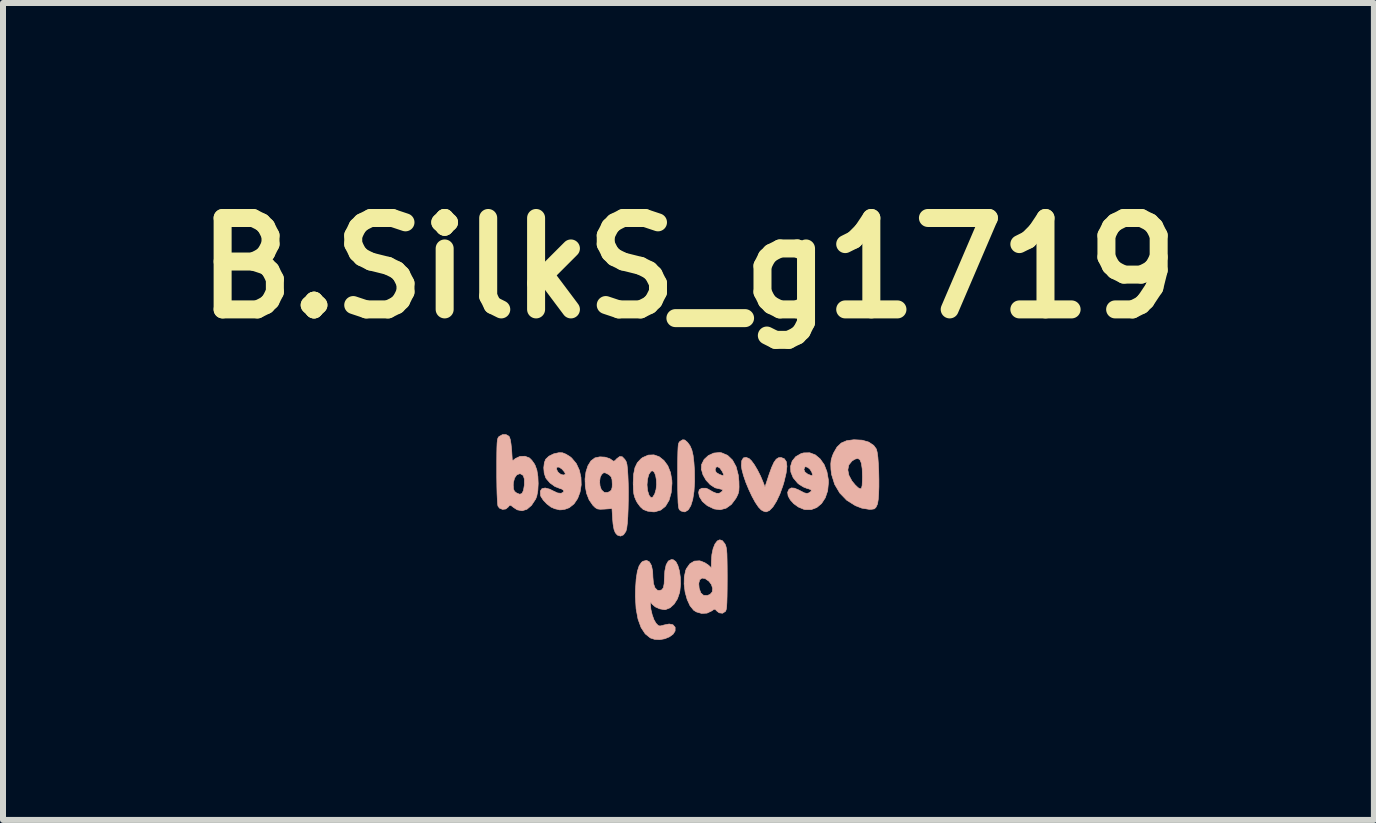
<source format=kicad_pcb>
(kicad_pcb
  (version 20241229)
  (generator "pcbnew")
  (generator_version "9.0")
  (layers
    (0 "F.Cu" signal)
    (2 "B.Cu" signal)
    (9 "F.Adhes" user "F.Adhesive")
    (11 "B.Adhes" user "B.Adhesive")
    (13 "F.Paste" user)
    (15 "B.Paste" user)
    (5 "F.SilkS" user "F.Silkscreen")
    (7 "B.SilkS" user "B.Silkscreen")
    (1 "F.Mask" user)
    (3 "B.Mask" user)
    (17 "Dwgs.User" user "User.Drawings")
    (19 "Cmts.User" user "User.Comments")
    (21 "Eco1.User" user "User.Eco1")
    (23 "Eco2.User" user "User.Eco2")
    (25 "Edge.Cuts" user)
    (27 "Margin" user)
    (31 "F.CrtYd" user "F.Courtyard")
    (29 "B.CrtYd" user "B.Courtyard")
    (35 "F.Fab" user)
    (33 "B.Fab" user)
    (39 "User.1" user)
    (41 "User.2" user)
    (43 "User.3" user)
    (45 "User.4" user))
  (footprint "B.SilkS_g1719"
    (layer "F.Cu")
    (at 8.426 1.418)
    (property "Reference" "B.SilkS_g1719" (at 0 0 0) (layer "F.SilkS") (effects (font (size 1.524 1.524) (thickness 0.3))))
    (attr through_hole)
    (fp_poly (pts (xy -0.062 2.866) (xy -0.022 2.9) (xy -0.013 2.909) (xy 0.026 2.963) (xy 0.056 3.032) (xy 0.077 3.122) (xy 0.091 3.242) (xy 0.1 3.377) (xy 0.102 3.562) (xy 0.092 3.723) (xy 0.071 3.857) (xy 0.039 3.96) (xy -0.003 4.03) (xy -0.054 4.062) (xy -0.071 4.064) (xy -0.123 4.05) (xy -0.151 4.029) (xy -0.16 4.009) (xy -0.167 3.972) (xy -0.173 3.913) (xy -0.176 3.827) (xy -0.179 3.711) (xy -0.18 3.56) (xy -0.18 3.456) (xy -0.18 3.291) (xy -0.179 3.163) (xy -0.177 3.067) (xy -0.174 2.998) (xy -0.17 2.951) (xy -0.163 2.921) (xy -0.154 2.902) (xy -0.142 2.89) (xy -0.139 2.888) (xy -0.096 2.862) (xy -0.062 2.866)) (stroke (width 0.01) (type solid)) (fill yes) (layer "B.SilkS"))
    (fp_poly (pts (xy 1.011 3.176) (xy 1.05 3.213) (xy 1.099 3.28) (xy 1.151 3.368) (xy 1.201 3.467) (xy 1.244 3.569) (xy 1.247 3.577) (xy 1.275 3.651) (xy 1.342 3.446) (xy 1.386 3.324) (xy 1.425 3.239) (xy 1.463 3.186) (xy 1.503 3.161) (xy 1.544 3.158) (xy 1.598 3.179) (xy 1.631 3.228) (xy 1.641 3.306) (xy 1.628 3.416) (xy 1.594 3.56) (xy 1.573 3.63) (xy 1.522 3.771) (xy 1.466 3.889) (xy 1.408 3.981) (xy 1.35 4.041) (xy 1.296 4.064) (xy 1.292 4.064) (xy 1.25 4.052) (xy 1.212 4.031) (xy 1.167 3.984) (xy 1.114 3.906) (xy 1.059 3.805) (xy 1.005 3.69) (xy 0.956 3.572) (xy 0.917 3.458) (xy 0.891 3.359) (xy 0.882 3.294) (xy 0.888 3.211) (xy 0.915 3.165) (xy 0.96 3.156) (xy 1.011 3.176)) (stroke (width 0.01) (type solid)) (fill yes) (layer "B.SilkS"))
    (fp_poly (pts (xy -0.488 3.145) (xy -0.41 3.207) (xy -0.345 3.295) (xy -0.3 3.407) (xy -0.277 3.538) (xy -0.275 3.588) (xy -0.288 3.744) (xy -0.324 3.872) (xy -0.383 3.97) (xy -0.462 4.034) (xy -0.56 4.063) (xy -0.588 4.064) (xy -0.682 4.052) (xy -0.754 4.024) (xy -0.803 3.979) (xy -0.852 3.913) (xy -0.87 3.881) (xy -0.895 3.823) (xy -0.911 3.765) (xy -0.918 3.693) (xy -0.92 3.613) (xy -0.691 3.613) (xy -0.683 3.706) (xy -0.658 3.785) (xy -0.655 3.791) (xy -0.626 3.826) (xy -0.597 3.82) (xy -0.566 3.772) (xy -0.56 3.758) (xy -0.54 3.688) (xy -0.532 3.609) (xy -0.535 3.531) (xy -0.547 3.461) (xy -0.567 3.408) (xy -0.593 3.381) (xy -0.624 3.386) (xy -0.626 3.388) (xy -0.661 3.44) (xy -0.683 3.52) (xy -0.691 3.613) (xy -0.92 3.613) (xy -0.921 3.594) (xy -0.921 3.577) (xy -0.914 3.435) (xy -0.892 3.327) (xy -0.852 3.244) (xy -0.792 3.18) (xy -0.764 3.159) (xy -0.67 3.118) (xy -0.576 3.114) (xy -0.488 3.145)) (stroke (width 0.01) (type solid)) (fill yes) (layer "B.SilkS"))
    (fp_poly (pts (xy 2.894 2.869) (xy 3.005 2.901) (xy 3.088 2.957) (xy 3.131 3.016) (xy 3.145 3.068) (xy 3.157 3.153) (xy 3.165 3.262) (xy 3.171 3.387) (xy 3.174 3.518) (xy 3.174 3.646) (xy 3.17 3.763) (xy 3.163 3.859) (xy 3.152 3.926) (xy 3.147 3.942) (xy 3.124 3.99) (xy 3.098 4.014) (xy 3.054 4.021) (xy 3.012 4.022) (xy 2.889 4.002) (xy 2.783 3.961) (xy 2.638 3.87) (xy 2.522 3.75) (xy 2.437 3.606) (xy 2.386 3.443) (xy 2.376 3.364) (xy 2.656 3.364) (xy 2.674 3.455) (xy 2.725 3.55) (xy 2.778 3.614) (xy 2.828 3.662) (xy 2.862 3.681) (xy 2.884 3.669) (xy 2.895 3.623) (xy 2.899 3.538) (xy 2.9 3.483) (xy 2.896 3.348) (xy 2.882 3.253) (xy 2.858 3.195) (xy 2.822 3.173) (xy 2.773 3.186) (xy 2.724 3.218) (xy 2.673 3.282) (xy 2.656 3.364) (xy 2.376 3.364) (xy 2.375 3.354) (xy 2.372 3.264) (xy 2.379 3.197) (xy 2.398 3.134) (xy 2.418 3.085) (xy 2.476 2.984) (xy 2.546 2.917) (xy 2.636 2.878) (xy 2.755 2.862) (xy 2.762 2.862) (xy 2.894 2.869)) (stroke (width 0.01) (type solid)) (fill yes) (layer "B.SilkS"))
    (fp_poly (pts (xy 2.114 3.114) (xy 2.195 3.182) (xy 2.262 3.277) (xy 2.308 3.395) (xy 2.332 3.531) (xy 2.333 3.577) (xy 2.32 3.713) (xy 2.28 3.83) (xy 2.218 3.925) (xy 2.138 3.992) (xy 2.045 4.027) (xy 1.943 4.026) (xy 1.919 4.02) (xy 1.831 3.983) (xy 1.756 3.929) (xy 1.698 3.865) (xy 1.661 3.799) (xy 1.653 3.737) (xy 1.676 3.687) (xy 1.715 3.665) (xy 1.766 3.669) (xy 1.838 3.699) (xy 1.87 3.716) (xy 1.933 3.748) (xy 1.975 3.757) (xy 2.01 3.747) (xy 2.01 3.747) (xy 2.047 3.719) (xy 2.043 3.696) (xy 1.997 3.678) (xy 1.978 3.674) (xy 1.917 3.65) (xy 1.848 3.608) (xy 1.819 3.584) (xy 1.745 3.495) (xy 1.706 3.399) (xy 1.704 3.357) (xy 1.924 3.357) (xy 1.942 3.401) (xy 1.99 3.437) (xy 1.995 3.439) (xy 2.042 3.456) (xy 2.068 3.462) (xy 2.07 3.462) (xy 2.067 3.44) (xy 2.055 3.401) (xy 2.027 3.356) (xy 1.989 3.323) (xy 1.953 3.311) (xy 1.94 3.317) (xy 1.924 3.357) (xy 1.704 3.357) (xy 1.702 3.304) (xy 1.729 3.217) (xy 1.788 3.144) (xy 1.877 3.093) (xy 1.921 3.081) (xy 2.021 3.079) (xy 2.114 3.114)) (stroke (width 0.01) (type solid)) (fill yes) (layer "B.SilkS"))
    (fp_poly (pts (xy 0.553 3.08) (xy 0.653 3.123) (xy 0.734 3.201) (xy 0.794 3.311) (xy 0.83 3.45) (xy 0.841 3.556) (xy 0.843 3.648) (xy 0.84 3.711) (xy 0.828 3.761) (xy 0.805 3.812) (xy 0.789 3.841) (xy 0.715 3.94) (xy 0.627 4.003) (xy 0.528 4.029) (xy 0.425 4.015) (xy 0.422 4.013) (xy 0.314 3.961) (xy 0.232 3.891) (xy 0.182 3.81) (xy 0.169 3.742) (xy 0.18 3.695) (xy 0.219 3.672) (xy 0.225 3.67) (xy 0.292 3.67) (xy 0.326 3.684) (xy 0.407 3.731) (xy 0.464 3.754) (xy 0.506 3.755) (xy 0.528 3.747) (xy 0.565 3.718) (xy 0.566 3.693) (xy 0.53 3.683) (xy 0.528 3.683) (xy 0.444 3.663) (xy 0.363 3.611) (xy 0.293 3.536) (xy 0.242 3.447) (xy 0.22 3.37) (xy 0.445 3.37) (xy 0.464 3.409) (xy 0.513 3.439) (xy 0.561 3.456) (xy 0.588 3.462) (xy 0.589 3.461) (xy 0.585 3.44) (xy 0.566 3.397) (xy 0.563 3.391) (xy 0.525 3.336) (xy 0.488 3.312) (xy 0.458 3.32) (xy 0.445 3.361) (xy 0.445 3.37) (xy 0.22 3.37) (xy 0.215 3.353) (xy 0.219 3.274) (xy 0.261 3.19) (xy 0.332 3.125) (xy 0.422 3.084) (xy 0.52 3.075) (xy 0.553 3.08)) (stroke (width 0.01) (type solid)) (fill yes) (layer "B.SilkS"))
    (fp_poly (pts (xy -2.101 3.079) (xy -2.043 3.102) (xy -1.976 3.143) (xy -1.947 3.167) (xy -1.87 3.259) (xy -1.819 3.369) (xy -1.792 3.49) (xy -1.788 3.614) (xy -1.807 3.733) (xy -1.847 3.841) (xy -1.908 3.931) (xy -1.988 3.995) (xy -2.056 4.02) (xy -2.111 4.029) (xy -2.147 4.031) (xy -2.148 4.031) (xy -2.183 4.022) (xy -2.228 4.012) (xy -2.292 3.984) (xy -2.36 3.932) (xy -2.42 3.869) (xy -2.46 3.807) (xy -2.466 3.787) (xy -2.469 3.718) (xy -2.442 3.677) (xy -2.389 3.666) (xy -2.315 3.685) (xy -2.257 3.714) (xy -2.182 3.749) (xy -2.124 3.755) (xy -2.121 3.754) (xy -2.082 3.733) (xy -2.08 3.706) (xy -2.114 3.683) (xy -2.141 3.675) (xy -2.225 3.642) (xy -2.307 3.583) (xy -2.37 3.511) (xy -2.381 3.492) (xy -2.405 3.417) (xy -2.411 3.344) (xy -2.202 3.344) (xy -2.183 3.39) (xy -2.166 3.411) (xy -2.128 3.439) (xy -2.087 3.45) (xy -2.058 3.442) (xy -2.053 3.428) (xy -2.067 3.399) (xy -2.101 3.359) (xy -2.106 3.353) (xy -2.156 3.318) (xy -2.19 3.318) (xy -2.202 3.344) (xy -2.411 3.344) (xy -2.412 3.328) (xy -2.402 3.243) (xy -2.38 3.187) (xy -2.326 3.136) (xy -2.247 3.097) (xy -2.161 3.078) (xy -2.101 3.079)) (stroke (width 0.01) (type solid)) (fill yes) (layer "B.SilkS"))
    (fp_poly (pts (xy 0.566 4.545) (xy 0.608 4.598) (xy 0.608 4.598) (xy 0.62 4.625) (xy 0.629 4.658) (xy 0.636 4.703) (xy 0.641 4.766) (xy 0.643 4.853) (xy 0.645 4.968) (xy 0.646 5.119) (xy 0.646 5.177) (xy 0.645 5.346) (xy 0.643 5.478) (xy 0.64 5.576) (xy 0.636 5.645) (xy 0.629 5.691) (xy 0.62 5.717) (xy 0.617 5.722) (xy 0.568 5.754) (xy 0.512 5.747) (xy 0.472 5.716) (xy 0.446 5.689) (xy 0.424 5.689) (xy 0.387 5.715) (xy 0.385 5.716) (xy 0.309 5.752) (xy 0.219 5.757) (xy 0.132 5.732) (xy 0.087 5.704) (xy 0.026 5.629) (xy -0.022 5.524) (xy -0.056 5.402) (xy -0.072 5.273) (xy -0.072 5.257) (xy 0.171 5.257) (xy 0.178 5.338) (xy 0.206 5.416) (xy 0.252 5.456) (xy 0.315 5.458) (xy 0.361 5.439) (xy 0.396 5.399) (xy 0.403 5.341) (xy 0.383 5.276) (xy 0.343 5.222) (xy 0.278 5.176) (xy 0.225 5.168) (xy 0.187 5.196) (xy 0.171 5.257) (xy -0.072 5.257) (xy -0.07 5.149) (xy -0.047 5.041) (xy -0.034 5.01) (xy 0.024 4.929) (xy 0.098 4.885) (xy 0.184 4.88) (xy 0.211 4.887) (xy 0.276 4.914) (xy 0.331 4.951) (xy 0.334 4.953) (xy 0.381 4.997) (xy 0.382 4.896) (xy 0.39 4.776) (xy 0.411 4.676) (xy 0.442 4.599) (xy 0.48 4.549) (xy 0.522 4.53) (xy 0.566 4.545)) (stroke (width 0.01) (type solid)) (fill yes) (layer "B.SilkS"))
    (fp_poly (pts (xy -1.103 3.146) (xy -1.06 3.191) (xy -1.037 3.23) (xy -1.025 3.276) (xy -1.016 3.356) (xy -1.009 3.464) (xy -1.004 3.591) (xy -1.002 3.73) (xy -1.003 3.873) (xy -1.006 4.013) (xy -1.011 4.141) (xy -1.019 4.252) (xy -1.029 4.336) (xy -1.042 4.386) (xy -1.042 4.387) (xy -1.083 4.447) (xy -1.133 4.468) (xy -1.185 4.451) (xy -1.219 4.413) (xy -1.241 4.357) (xy -1.257 4.266) (xy -1.264 4.185) (xy -1.275 4.009) (xy -1.4 4.018) (xy -1.472 4.021) (xy -1.517 4.015) (xy -1.553 3.994) (xy -1.595 3.953) (xy -1.595 3.952) (xy -1.656 3.864) (xy -1.698 3.757) (xy -1.72 3.638) (xy -1.722 3.56) (xy -1.481 3.56) (xy -1.474 3.634) (xy -1.452 3.695) (xy -1.449 3.699) (xy -1.404 3.74) (xy -1.35 3.741) (xy -1.311 3.725) (xy -1.284 3.699) (xy -1.272 3.653) (xy -1.27 3.603) (xy -1.274 3.527) (xy -1.289 3.48) (xy -1.321 3.448) (xy -1.348 3.432) (xy -1.391 3.412) (xy -1.417 3.414) (xy -1.447 3.44) (xy -1.448 3.441) (xy -1.472 3.489) (xy -1.481 3.56) (xy -1.722 3.56) (xy -1.724 3.516) (xy -1.709 3.399) (xy -1.676 3.296) (xy -1.626 3.215) (xy -1.559 3.164) (xy -1.557 3.164) (xy -1.477 3.147) (xy -1.39 3.152) (xy -1.312 3.177) (xy -1.275 3.203) (xy -1.25 3.22) (xy -1.226 3.211) (xy -1.195 3.178) (xy -1.147 3.142) (xy -1.103 3.146)) (stroke (width 0.01) (type solid)) (fill yes) (layer "B.SilkS"))
    (fp_poly (pts (xy -0.252 4.863) (xy -0.211 4.894) (xy -0.177 4.958) (xy -0.151 5.048) (xy -0.136 5.153) (xy -0.132 5.267) (xy -0.143 5.379) (xy -0.148 5.409) (xy -0.184 5.514) (xy -0.239 5.601) (xy -0.307 5.663) (xy -0.382 5.693) (xy -0.401 5.694) (xy -0.479 5.681) (xy -0.553 5.648) (xy -0.606 5.602) (xy -0.612 5.593) (xy -0.629 5.57) (xy -0.634 5.585) (xy -0.634 5.603) (xy -0.627 5.687) (xy -0.605 5.779) (xy -0.575 5.863) (xy -0.541 5.921) (xy -0.54 5.922) (xy -0.507 5.956) (xy -0.477 5.967) (xy -0.432 5.958) (xy -0.408 5.95) (xy -0.322 5.933) (xy -0.259 5.946) (xy -0.224 5.986) (xy -0.222 5.99) (xy -0.223 6.05) (xy -0.257 6.103) (xy -0.317 6.147) (xy -0.394 6.179) (xy -0.479 6.194) (xy -0.565 6.189) (xy -0.635 6.166) (xy -0.721 6.097) (xy -0.79 5.992) (xy -0.841 5.852) (xy -0.873 5.68) (xy -0.885 5.476) (xy -0.883 5.355) (xy -0.872 5.186) (xy -0.852 5.056) (xy -0.822 4.963) (xy -0.782 4.905) (xy -0.759 4.888) (xy -0.699 4.873) (xy -0.652 4.897) (xy -0.617 4.959) (xy -0.597 5.055) (xy -0.593 5.153) (xy -0.584 5.257) (xy -0.558 5.331) (xy -0.517 5.371) (xy -0.49 5.376) (xy -0.446 5.365) (xy -0.418 5.328) (xy -0.405 5.26) (xy -0.402 5.187) (xy -0.394 5.049) (xy -0.372 4.947) (xy -0.336 4.884) (xy -0.285 4.859) (xy -0.252 4.863)) (stroke (width 0.01) (type solid)) (fill yes) (layer "B.SilkS"))
    (fp_poly (pts (xy -2.993 2.804) (xy -2.983 2.819) (xy -2.97 2.861) (xy -2.958 2.932) (xy -2.949 3.018) (xy -2.947 3.04) (xy -2.936 3.216) (xy -2.883 3.174) (xy -2.809 3.14) (xy -2.725 3.137) (xy -2.65 3.166) (xy -2.611 3.205) (xy -2.569 3.264) (xy -2.556 3.288) (xy -2.527 3.368) (xy -2.51 3.475) (xy -2.505 3.592) (xy -2.511 3.707) (xy -2.529 3.804) (xy -2.548 3.852) (xy -2.617 3.956) (xy -2.693 4.021) (xy -2.773 4.046) (xy -2.855 4.03) (xy -2.915 3.991) (xy -2.956 3.959) (xy -2.978 3.953) (xy -2.996 3.972) (xy -3.002 3.981) (xy -3.044 4.016) (xy -3.099 4.023) (xy -3.15 4.002) (xy -3.176 3.967) (xy -3.181 3.932) (xy -3.186 3.86) (xy -3.191 3.758) (xy -3.194 3.633) (xy -3.194 3.619) (xy -2.921 3.619) (xy -2.917 3.683) (xy -2.9 3.722) (xy -2.863 3.751) (xy -2.863 3.751) (xy -2.811 3.771) (xy -2.774 3.756) (xy -2.75 3.705) (xy -2.735 3.615) (xy -2.735 3.61) (xy -2.735 3.516) (xy -2.755 3.457) (xy -2.797 3.431) (xy -2.817 3.429) (xy -2.863 3.448) (xy -2.899 3.501) (xy -2.919 3.578) (xy -2.921 3.619) (xy -3.194 3.619) (xy -3.196 3.491) (xy -3.196 3.378) (xy -3.196 3.213) (xy -3.195 3.084) (xy -3.193 2.988) (xy -3.19 2.919) (xy -3.185 2.871) (xy -3.178 2.84) (xy -3.169 2.821) (xy -3.157 2.808) (xy -3.101 2.777) (xy -3.041 2.776) (xy -2.993 2.804)) (stroke (width 0.01) (type solid)) (fill yes) (layer "B.SilkS")))
  (gr_rect
    (start -3 -3)
    (end 19.851 10.617)
    (stroke (width 0.1) (type default))
    (fill no)
    (layer "Edge.Cuts")))
</source>
